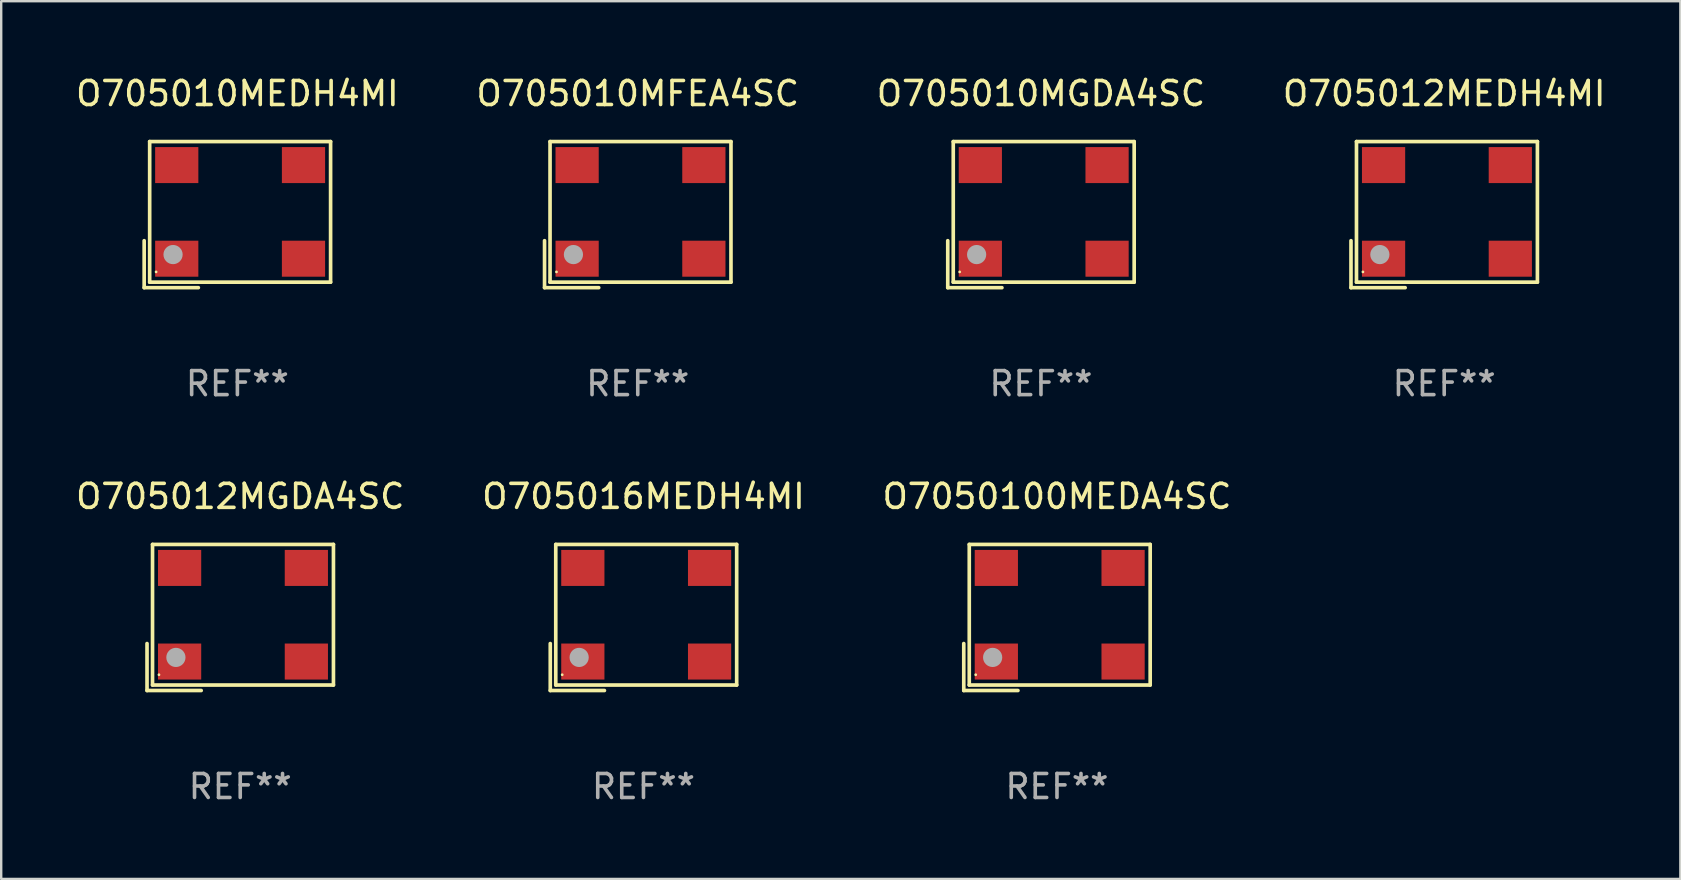
<source format=kicad_pcb>
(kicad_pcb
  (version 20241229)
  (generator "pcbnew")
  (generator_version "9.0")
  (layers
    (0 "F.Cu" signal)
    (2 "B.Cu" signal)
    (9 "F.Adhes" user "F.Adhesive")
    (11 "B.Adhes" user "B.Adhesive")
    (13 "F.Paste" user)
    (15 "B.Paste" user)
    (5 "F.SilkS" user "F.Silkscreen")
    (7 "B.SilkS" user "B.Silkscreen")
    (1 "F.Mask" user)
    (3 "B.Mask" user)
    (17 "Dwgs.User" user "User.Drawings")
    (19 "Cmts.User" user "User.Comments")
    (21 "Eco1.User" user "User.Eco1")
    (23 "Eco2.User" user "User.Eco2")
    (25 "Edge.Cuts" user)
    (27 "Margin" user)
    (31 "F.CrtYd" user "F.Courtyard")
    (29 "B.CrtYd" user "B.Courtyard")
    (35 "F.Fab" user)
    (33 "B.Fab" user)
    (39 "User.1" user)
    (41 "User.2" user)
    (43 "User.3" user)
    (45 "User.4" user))
  (footprint "O705012MGDA4SC"
    (layer "F.Cu")
    (at 6.958 22.673)
    (property "Reference" "O705012MGDA4SC" (at 0 -5.043 0) (layer "F.SilkS") (effects (font (size 1 1) (thickness 0.15))))
    (attr through_hole)
    (fp_line (start -3.883 1.086) (end -3.883 3.043) (stroke (width 0.152) (type solid)) (layer "F.SilkS"))
    (fp_line (start -3.883 3.043) (end -1.626 3.043) (stroke (width 0.152) (type solid)) (layer "F.SilkS"))
    (fp_line (start -3.654 -3.043) (end 3.883 -3.043) (stroke (width 0.152) (type solid)) (layer "F.SilkS"))
    (fp_line (start -3.654 2.814) (end -3.654 -3.043) (stroke (width 0.152) (type solid)) (layer "F.SilkS"))
    (fp_line (start 3.883 -3.043) (end 3.883 2.814) (stroke (width 0.152) (type solid)) (layer "F.SilkS"))
    (fp_line (start 3.883 2.814) (end -3.654 2.814) (stroke (width 0.152) (type solid)) (layer "F.SilkS"))
    (fp_circle (center -3.386 2.386) (end -3.356 2.386) (stroke (width 0.06) (type solid)) (fill no) (layer "F.SilkS"))
    (fp_circle (center -2.68 1.664) (end -2.48 1.664) (stroke (width 0.4) (type solid)) (fill no) (layer "F.Fab"))
    (fp_text user "REF**" (at 0 7.043 0) (layer "F.Fab") (effects (font (size 1 1) (thickness 0.15))))
    (pad "1" smd rect (at -2.526 1.836) (size 1.8 1.5) (layers "F.Cu" "F.Mask" "F.Paste"))
    (pad "2" smd rect (at 2.754 1.836) (size 1.8 1.5) (layers "F.Cu" "F.Mask" "F.Paste"))
    (pad "3" smd rect (at 2.754 -2.064) (size 1.8 1.5) (layers "F.Cu" "F.Mask" "F.Paste"))
    (pad "4" smd rect (at -2.526 -2.064) (size 1.8 1.5) (layers "F.Cu" "F.Mask" "F.Paste")))
  (footprint "O705012MEDH4MI"
    (layer "F.Cu")
    (at 57.113 5.891)
    (property "Reference" "O705012MEDH4MI" (at 0 -5.043 0) (layer "F.SilkS") (effects (font (size 1 1) (thickness 0.15))))
    (attr through_hole)
    (fp_line (start -3.883 1.086) (end -3.883 3.043) (stroke (width 0.152) (type solid)) (layer "F.SilkS"))
    (fp_line (start -3.883 3.043) (end -1.626 3.043) (stroke (width 0.152) (type solid)) (layer "F.SilkS"))
    (fp_line (start -3.654 -3.043) (end 3.883 -3.043) (stroke (width 0.152) (type solid)) (layer "F.SilkS"))
    (fp_line (start -3.654 2.814) (end -3.654 -3.043) (stroke (width 0.152) (type solid)) (layer "F.SilkS"))
    (fp_line (start 3.883 -3.043) (end 3.883 2.814) (stroke (width 0.152) (type solid)) (layer "F.SilkS"))
    (fp_line (start 3.883 2.814) (end -3.654 2.814) (stroke (width 0.152) (type solid)) (layer "F.SilkS"))
    (fp_circle (center -3.386 2.386) (end -3.356 2.386) (stroke (width 0.06) (type solid)) (fill no) (layer "F.SilkS"))
    (fp_circle (center -2.68 1.664) (end -2.48 1.664) (stroke (width 0.4) (type solid)) (fill no) (layer "F.Fab"))
    (fp_text user "REF**" (at 0 7.043 0) (layer "F.Fab") (effects (font (size 1 1) (thickness 0.15))))
    (pad "1" smd rect (at -2.526 1.836) (size 1.8 1.5) (layers "F.Cu" "F.Mask" "F.Paste"))
    (pad "2" smd rect (at 2.754 1.836) (size 1.8 1.5) (layers "F.Cu" "F.Mask" "F.Paste"))
    (pad "3" smd rect (at 2.754 -2.064) (size 1.8 1.5) (layers "F.Cu" "F.Mask" "F.Paste"))
    (pad "4" smd rect (at -2.526 -2.064) (size 1.8 1.5) (layers "F.Cu" "F.Mask" "F.Paste")))
  (footprint "O705010MEDH4MI"
    (layer "F.Cu")
    (at 6.839 5.891)
    (property "Reference" "O705010MEDH4MI" (at 0 -5.043 0) (layer "F.SilkS") (effects (font (size 1 1) (thickness 0.15))))
    (attr through_hole)
    (fp_line (start -3.883 1.086) (end -3.883 3.043) (stroke (width 0.152) (type solid)) (layer "F.SilkS"))
    (fp_line (start -3.883 3.043) (end -1.626 3.043) (stroke (width 0.152) (type solid)) (layer "F.SilkS"))
    (fp_line (start -3.654 -3.043) (end 3.883 -3.043) (stroke (width 0.152) (type solid)) (layer "F.SilkS"))
    (fp_line (start -3.654 2.814) (end -3.654 -3.043) (stroke (width 0.152) (type solid)) (layer "F.SilkS"))
    (fp_line (start 3.883 -3.043) (end 3.883 2.814) (stroke (width 0.152) (type solid)) (layer "F.SilkS"))
    (fp_line (start 3.883 2.814) (end -3.654 2.814) (stroke (width 0.152) (type solid)) (layer "F.SilkS"))
    (fp_circle (center -3.386 2.386) (end -3.356 2.386) (stroke (width 0.06) (type solid)) (fill no) (layer "F.SilkS"))
    (fp_circle (center -2.68 1.664) (end -2.48 1.664) (stroke (width 0.4) (type solid)) (fill no) (layer "F.Fab"))
    (fp_text user "REF**" (at 0 7.043 0) (layer "F.Fab") (effects (font (size 1 1) (thickness 0.15))))
    (pad "1" smd rect (at -2.526 1.836) (size 1.8 1.5) (layers "F.Cu" "F.Mask" "F.Paste"))
    (pad "2" smd rect (at 2.754 1.836) (size 1.8 1.5) (layers "F.Cu" "F.Mask" "F.Paste"))
    (pad "3" smd rect (at 2.754 -2.064) (size 1.8 1.5) (layers "F.Cu" "F.Mask" "F.Paste"))
    (pad "4" smd rect (at -2.526 -2.064) (size 1.8 1.5) (layers "F.Cu" "F.Mask" "F.Paste")))
  (footprint "O7050100MEDA4SC"
    (layer "F.Cu")
    (at 40.982 22.673)
    (property "Reference" "O7050100MEDA4SC" (at 0 -5.043 0) (layer "F.SilkS") (effects (font (size 1 1) (thickness 0.15))))
    (attr through_hole)
    (fp_line (start -3.883 1.086) (end -3.883 3.043) (stroke (width 0.152) (type solid)) (layer "F.SilkS"))
    (fp_line (start -3.883 3.043) (end -1.626 3.043) (stroke (width 0.152) (type solid)) (layer "F.SilkS"))
    (fp_line (start -3.654 -3.043) (end 3.883 -3.043) (stroke (width 0.152) (type solid)) (layer "F.SilkS"))
    (fp_line (start -3.654 2.814) (end -3.654 -3.043) (stroke (width 0.152) (type solid)) (layer "F.SilkS"))
    (fp_line (start 3.883 -3.043) (end 3.883 2.814) (stroke (width 0.152) (type solid)) (layer "F.SilkS"))
    (fp_line (start 3.883 2.814) (end -3.654 2.814) (stroke (width 0.152) (type solid)) (layer "F.SilkS"))
    (fp_circle (center -3.386 2.386) (end -3.356 2.386) (stroke (width 0.06) (type solid)) (fill no) (layer "F.SilkS"))
    (fp_circle (center -2.68 1.664) (end -2.48 1.664) (stroke (width 0.4) (type solid)) (fill no) (layer "F.Fab"))
    (fp_text user "REF**" (at 0 7.043 0) (layer "F.Fab") (effects (font (size 1 1) (thickness 0.15))))
    (pad "1" smd rect (at -2.526 1.836) (size 1.8 1.5) (layers "F.Cu" "F.Mask" "F.Paste"))
    (pad "2" smd rect (at 2.754 1.836) (size 1.8 1.5) (layers "F.Cu" "F.Mask" "F.Paste"))
    (pad "3" smd rect (at 2.754 -2.064) (size 1.8 1.5) (layers "F.Cu" "F.Mask" "F.Paste"))
    (pad "4" smd rect (at -2.526 -2.064) (size 1.8 1.5) (layers "F.Cu" "F.Mask" "F.Paste")))
  (footprint "O705010MFEA4SC"
    (layer "F.Cu")
    (at 23.518 5.891)
    (property "Reference" "O705010MFEA4SC" (at 0 -5.043 0) (layer "F.SilkS") (effects (font (size 1 1) (thickness 0.15))))
    (attr through_hole)
    (fp_line (start -3.883 1.086) (end -3.883 3.043) (stroke (width 0.152) (type solid)) (layer "F.SilkS"))
    (fp_line (start -3.883 3.043) (end -1.626 3.043) (stroke (width 0.152) (type solid)) (layer "F.SilkS"))
    (fp_line (start -3.654 -3.043) (end 3.883 -3.043) (stroke (width 0.152) (type solid)) (layer "F.SilkS"))
    (fp_line (start -3.654 2.814) (end -3.654 -3.043) (stroke (width 0.152) (type solid)) (layer "F.SilkS"))
    (fp_line (start 3.883 -3.043) (end 3.883 2.814) (stroke (width 0.152) (type solid)) (layer "F.SilkS"))
    (fp_line (start 3.883 2.814) (end -3.654 2.814) (stroke (width 0.152) (type solid)) (layer "F.SilkS"))
    (fp_circle (center -3.386 2.386) (end -3.356 2.386) (stroke (width 0.06) (type solid)) (fill no) (layer "F.SilkS"))
    (fp_circle (center -2.68 1.664) (end -2.48 1.664) (stroke (width 0.4) (type solid)) (fill no) (layer "F.Fab"))
    (fp_text user "REF**" (at 0 7.043 0) (layer "F.Fab") (effects (font (size 1 1) (thickness 0.15))))
    (pad "1" smd rect (at -2.526 1.836) (size 1.8 1.5) (layers "F.Cu" "F.Mask" "F.Paste"))
    (pad "2" smd rect (at 2.754 1.836) (size 1.8 1.5) (layers "F.Cu" "F.Mask" "F.Paste"))
    (pad "3" smd rect (at 2.754 -2.064) (size 1.8 1.5) (layers "F.Cu" "F.Mask" "F.Paste"))
    (pad "4" smd rect (at -2.526 -2.064) (size 1.8 1.5) (layers "F.Cu" "F.Mask" "F.Paste")))
  (footprint "O705010MGDA4SC"
    (layer "F.Cu")
    (at 40.315 5.891)
    (property "Reference" "O705010MGDA4SC" (at 0 -5.043 0) (layer "F.SilkS") (effects (font (size 1 1) (thickness 0.15))))
    (attr through_hole)
    (fp_line (start -3.883 1.086) (end -3.883 3.043) (stroke (width 0.152) (type solid)) (layer "F.SilkS"))
    (fp_line (start -3.883 3.043) (end -1.626 3.043) (stroke (width 0.152) (type solid)) (layer "F.SilkS"))
    (fp_line (start -3.654 -3.043) (end 3.883 -3.043) (stroke (width 0.152) (type solid)) (layer "F.SilkS"))
    (fp_line (start -3.654 2.814) (end -3.654 -3.043) (stroke (width 0.152) (type solid)) (layer "F.SilkS"))
    (fp_line (start 3.883 -3.043) (end 3.883 2.814) (stroke (width 0.152) (type solid)) (layer "F.SilkS"))
    (fp_line (start 3.883 2.814) (end -3.654 2.814) (stroke (width 0.152) (type solid)) (layer "F.SilkS"))
    (fp_circle (center -3.386 2.386) (end -3.356 2.386) (stroke (width 0.06) (type solid)) (fill no) (layer "F.SilkS"))
    (fp_circle (center -2.68 1.664) (end -2.48 1.664) (stroke (width 0.4) (type solid)) (fill no) (layer "F.Fab"))
    (fp_text user "REF**" (at 0 7.043 0) (layer "F.Fab") (effects (font (size 1 1) (thickness 0.15))))
    (pad "1" smd rect (at -2.526 1.836) (size 1.8 1.5) (layers "F.Cu" "F.Mask" "F.Paste"))
    (pad "2" smd rect (at 2.754 1.836) (size 1.8 1.5) (layers "F.Cu" "F.Mask" "F.Paste"))
    (pad "3" smd rect (at 2.754 -2.064) (size 1.8 1.5) (layers "F.Cu" "F.Mask" "F.Paste"))
    (pad "4" smd rect (at -2.526 -2.064) (size 1.8 1.5) (layers "F.Cu" "F.Mask" "F.Paste")))
  (footprint "O705016MEDH4MI"
    (layer "F.Cu")
    (at 23.756 22.673)
    (property "Reference" "O705016MEDH4MI" (at 0 -5.043 0) (layer "F.SilkS") (effects (font (size 1 1) (thickness 0.15))))
    (attr through_hole)
    (fp_line (start -3.883 1.086) (end -3.883 3.043) (stroke (width 0.152) (type solid)) (layer "F.SilkS"))
    (fp_line (start -3.883 3.043) (end -1.626 3.043) (stroke (width 0.152) (type solid)) (layer "F.SilkS"))
    (fp_line (start -3.654 -3.043) (end 3.883 -3.043) (stroke (width 0.152) (type solid)) (layer "F.SilkS"))
    (fp_line (start -3.654 2.814) (end -3.654 -3.043) (stroke (width 0.152) (type solid)) (layer "F.SilkS"))
    (fp_line (start 3.883 -3.043) (end 3.883 2.814) (stroke (width 0.152) (type solid)) (layer "F.SilkS"))
    (fp_line (start 3.883 2.814) (end -3.654 2.814) (stroke (width 0.152) (type solid)) (layer "F.SilkS"))
    (fp_circle (center -3.386 2.386) (end -3.356 2.386) (stroke (width 0.06) (type solid)) (fill no) (layer "F.SilkS"))
    (fp_circle (center -2.68 1.664) (end -2.48 1.664) (stroke (width 0.4) (type solid)) (fill no) (layer "F.Fab"))
    (fp_text user "REF**" (at 0 7.043 0) (layer "F.Fab") (effects (font (size 1 1) (thickness 0.15))))
    (pad "1" smd rect (at -2.526 1.836) (size 1.8 1.5) (layers "F.Cu" "F.Mask" "F.Paste"))
    (pad "2" smd rect (at 2.754 1.836) (size 1.8 1.5) (layers "F.Cu" "F.Mask" "F.Paste"))
    (pad "3" smd rect (at 2.754 -2.064) (size 1.8 1.5) (layers "F.Cu" "F.Mask" "F.Paste"))
    (pad "4" smd rect (at -2.526 -2.064) (size 1.8 1.5) (layers "F.Cu" "F.Mask" "F.Paste")))
  (gr_rect
    (start -3 -3)
    (end 66.952 33.565)
    (stroke (width 0.1) (type default))
    (fill no)
    (layer "Edge.Cuts")))
</source>
